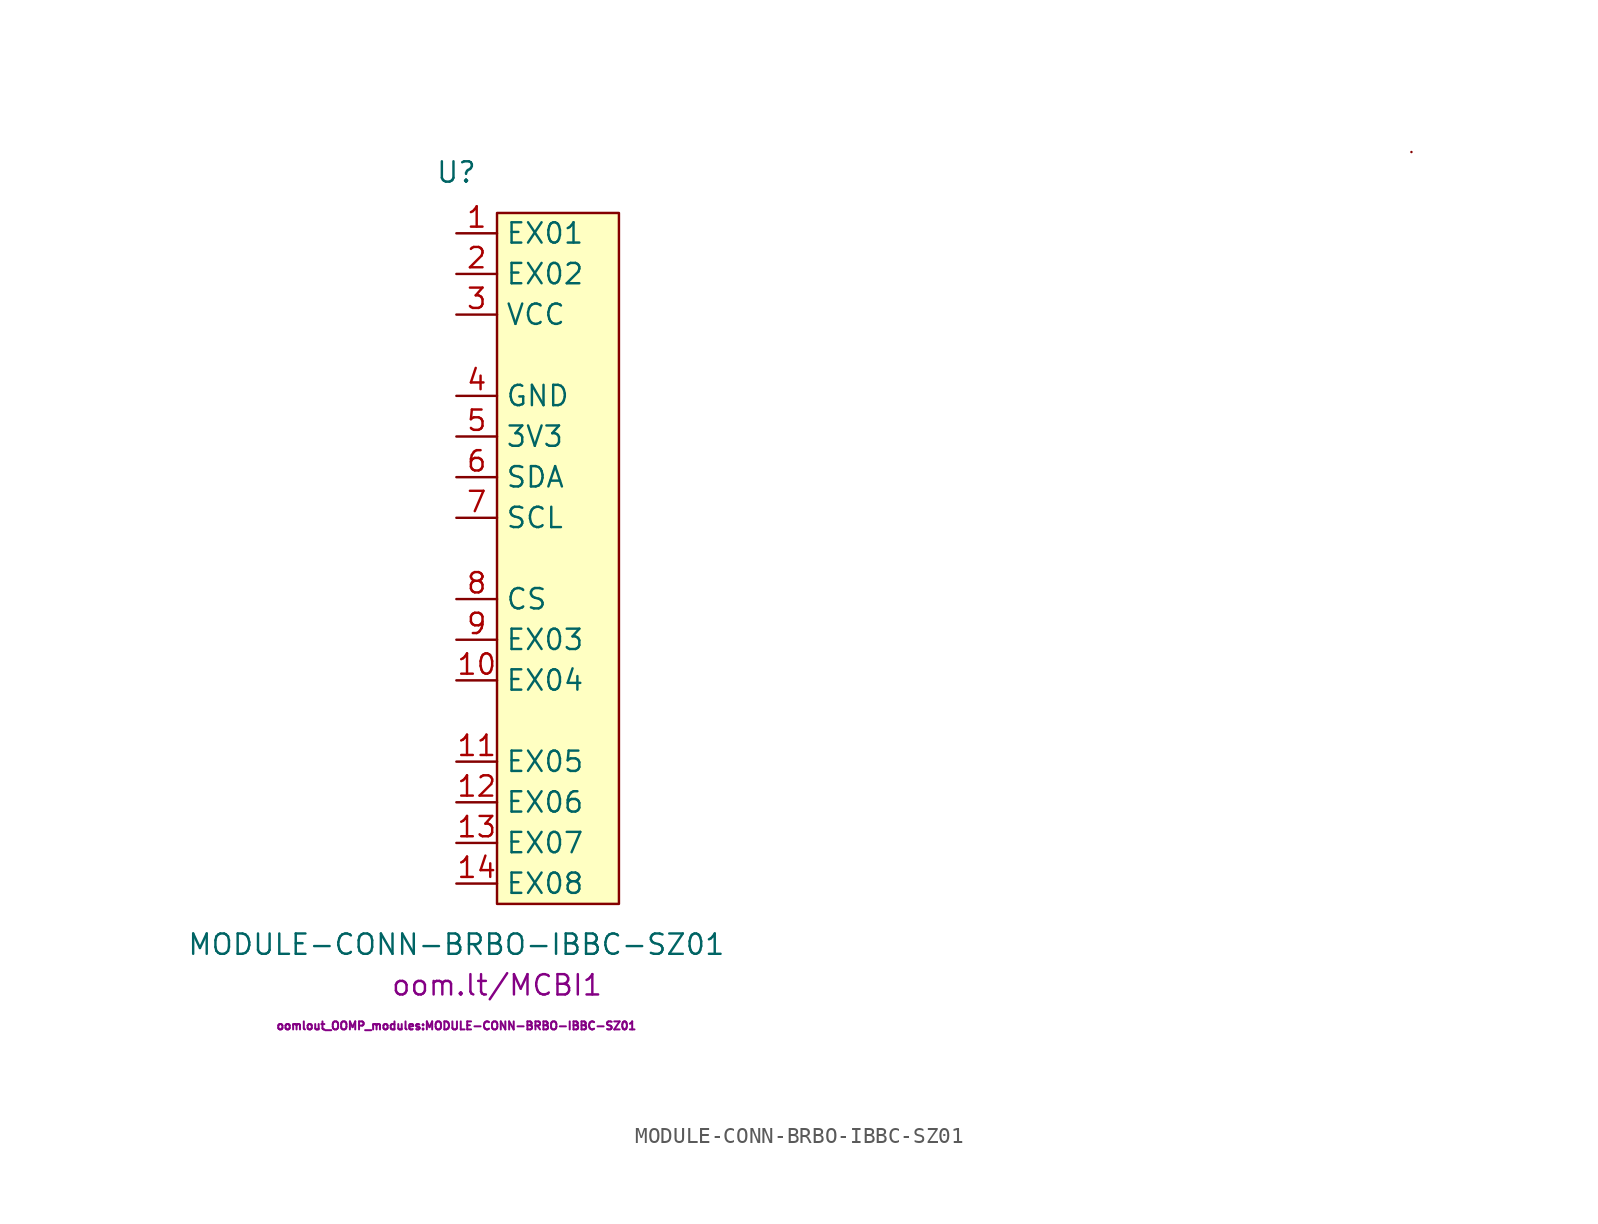
<source format=kicad_sym>
(kicad_symbol_lib
  (version 20211014)
  (generator kicad_symbol_editor)
  (symbol "MODULE-CONN-BRBO-IBBC-SZ01"
    (property "Reference" "U"
      (at 0 3.81 0)
      (effects (font (size 1.27 1.27))))
    (property "Value" "MODULE-CONN-BRBO-IBBC-SZ01"
      (at 0 -44.45 0)
      (effects (font (size 1.27 1.27))))
    (property "Footprint" "oomlout_OOMP_modules:MODULE-CONN-BRBO-IBBC-SZ01"
      (at 0 -49.53 0)
      (effects (font (size 0.5 0.5))))
    (property "Datasheet" "oom.lt/MCBI1"
      (at 2.54 -46.99 0)
      (effects (font (size 1.27 1.27))))
    (symbol "MODULE-CONN-BRBO-IBBC-SZ01_0_1"
      (rectangle (start 2.54 1.27) (end 10.16 -41.91) (stroke (width 0) (type default) (color 0 0 0 0)) (fill (type background)))
      (rectangle (start 59.69 5.08) (end 59.69 5.08) (stroke (width 0) (type default) (color 0 0 0 0)) (fill (type none))))
    (symbol "MODULE-CONN-BRBO-IBBC-SZ01_1_1"
      (pin input line (at 0 0 0) (length 2.54) (name "EX01" (effects (font (size 1.27 1.27)))) (number "1" (effects (font (size 1.27 1.27)))))
      (pin input line (at 0 -27.94 0) (length 2.54) (name "EX04" (effects (font (size 1.27 1.27)))) (number "10" (effects (font (size 1.27 1.27)))))
      (pin input line (at 0 -33.02 0) (length 2.54) (name "EX05" (effects (font (size 1.27 1.27)))) (number "11" (effects (font (size 1.27 1.27)))))
      (pin input line (at 0 -35.56 0) (length 2.54) (name "EX06" (effects (font (size 1.27 1.27)))) (number "12" (effects (font (size 1.27 1.27)))))
      (pin input line (at 0 -38.1 0) (length 2.54) (name "EX07" (effects (font (size 1.27 1.27)))) (number "13" (effects (font (size 1.27 1.27)))))
      (pin input line (at 0 -40.64 0) (length 2.54) (name "EX08" (effects (font (size 1.27 1.27)))) (number "14" (effects (font (size 1.27 1.27)))))
      (pin input line (at 0 -2.54 0) (length 2.54) (name "EX02" (effects (font (size 1.27 1.27)))) (number "2" (effects (font (size 1.27 1.27)))))
      (pin input line (at 0 -5.08 0) (length 2.54) (name "VCC" (effects (font (size 1.27 1.27)))) (number "3" (effects (font (size 1.27 1.27)))))
      (pin input line (at 0 -10.16 0) (length 2.54) (name "GND" (effects (font (size 1.27 1.27)))) (number "4" (effects (font (size 1.27 1.27)))))
      (pin input line (at 0 -12.7 0) (length 2.54) (name "3V3" (effects (font (size 1.27 1.27)))) (number "5" (effects (font (size 1.27 1.27)))))
      (pin input line (at 0 -15.24 0) (length 2.54) (name "SDA" (effects (font (size 1.27 1.27)))) (number "6" (effects (font (size 1.27 1.27)))))
      (pin input line (at 0 -17.78 0) (length 2.54) (name "SCL" (effects (font (size 1.27 1.27)))) (number "7" (effects (font (size 1.27 1.27)))))
      (pin input line (at 0 -22.86 0) (length 2.54) (name "CS" (effects (font (size 1.27 1.27)))) (number "8" (effects (font (size 1.27 1.27)))))
      (pin input line (at 0 -25.4 0) (length 2.54) (name "EX03" (effects (font (size 1.27 1.27)))) (number "9" (effects (font (size 1.27 1.27))))))))
</source>
